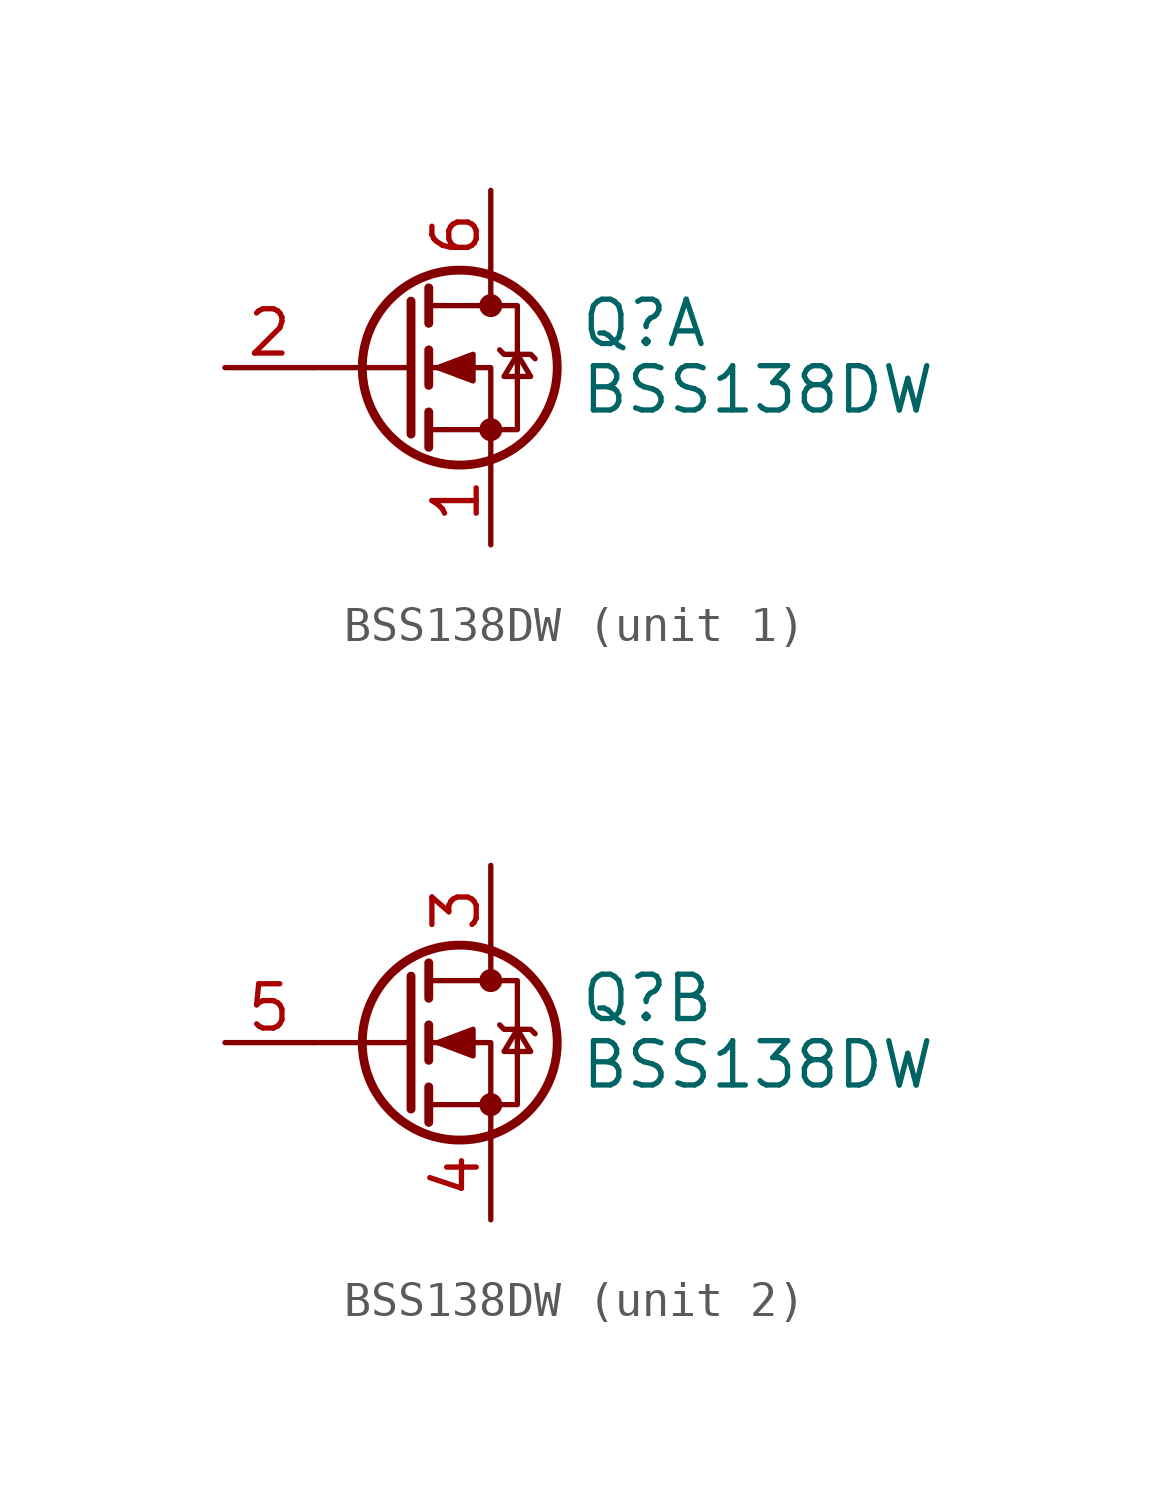
<source format=kicad_sym>
(kicad_symbol_lib
  (version 20220914)
  (generator kicad_symbol_editor)
  (symbol "BSS138DW"
    (pin_names hide)
    (property "Reference" "Q"
      (at 2.54 1.27 0)
      (effects (font (size 1.27 1.27)) (justify left)))
    (property "Value" "BSS138DW"
      (at 2.54 -0.635 0)
      (effects (font (size 1.27 1.27)) (justify left)))
    (symbol "BSS138DW_0_1"
      (circle (center -0.889 0) (radius 2.794) (stroke (width 0.254) (type default)) (fill (type none)))
      (circle (center 0 -1.778) (radius 0.254) (stroke (width 0) (type default)) (fill (type outline)))
      (polyline (pts (xy -2.286 0) (xy -5.08 0)) (stroke (width 0) (type default)) (fill (type none)))
      (polyline (pts (xy -2.286 1.905) (xy -2.286 -1.905)) (stroke (width 0.254) (type default)) (fill (type none)))
      (polyline (pts (xy -1.778 -1.27) (xy -1.778 -2.286)) (stroke (width 0.254) (type default)) (fill (type none)))
      (polyline (pts (xy -1.778 0.508) (xy -1.778 -0.508)) (stroke (width 0.254) (type default)) (fill (type none)))
      (polyline (pts (xy -1.778 2.286) (xy -1.778 1.27)) (stroke (width 0.254) (type default)) (fill (type none)))
      (polyline (pts (xy 0 2.54) (xy 0 1.778)) (stroke (width 0) (type default)) (fill (type none)))
      (polyline (pts (xy 0 -2.54) (xy 0 0) (xy -1.778 0)) (stroke (width 0) (type default)) (fill (type none)))
      (polyline (pts (xy -1.778 -1.778) (xy 0.762 -1.778) (xy 0.762 1.778) (xy -1.778 1.778)) (stroke (width 0) (type default)) (fill (type none)))
      (polyline (pts (xy -1.524 0) (xy -0.508 0.381) (xy -0.508 -0.381) (xy -1.524 0)) (stroke (width 0) (type default)) (fill (type outline)))
      (polyline (pts (xy 0.254 0.508) (xy 0.381 0.381) (xy 1.143 0.381) (xy 1.27 0.254)) (stroke (width 0) (type default)) (fill (type none)))
      (polyline (pts (xy 0.762 0.381) (xy 0.381 -0.254) (xy 1.143 -0.254) (xy 0.762 0.381)) (stroke (width 0) (type default)) (fill (type none)))
      (circle (center 0 1.778) (radius 0.254) (stroke (width 0) (type default)) (fill (type outline))))
    (symbol "BSS138DW_1_1"
      (pin passive line (at 0 -5.08 90) (length 2.54) (name "S" (effects (font (size 1.27 1.27)))) (number "1" (effects (font (size 1.27 1.27)))))
      (pin passive line (at -7.62 0 0) (length 2.54) (name "G" (effects (font (size 1.27 1.27)))) (number "2" (effects (font (size 1.27 1.27)))))
      (pin passive line (at 0 5.08 270) (length 2.54) (name "D" (effects (font (size 1.27 1.27)))) (number "6" (effects (font (size 1.27 1.27))))))
    (symbol "BSS138DW_2_1"
      (pin passive line (at 0 5.08 270) (length 2.54) (name "D" (effects (font (size 1.27 1.27)))) (number "3" (effects (font (size 1.27 1.27)))))
      (pin passive line (at 0 -5.08 90) (length 2.54) (name "S" (effects (font (size 1.27 1.27)))) (number "4" (effects (font (size 1.27 1.27)))))
      (pin passive line (at -7.62 0 0) (length 2.54) (name "G" (effects (font (size 1.27 1.27)))) (number "5" (effects (font (size 1.27 1.27))))))))
</source>
